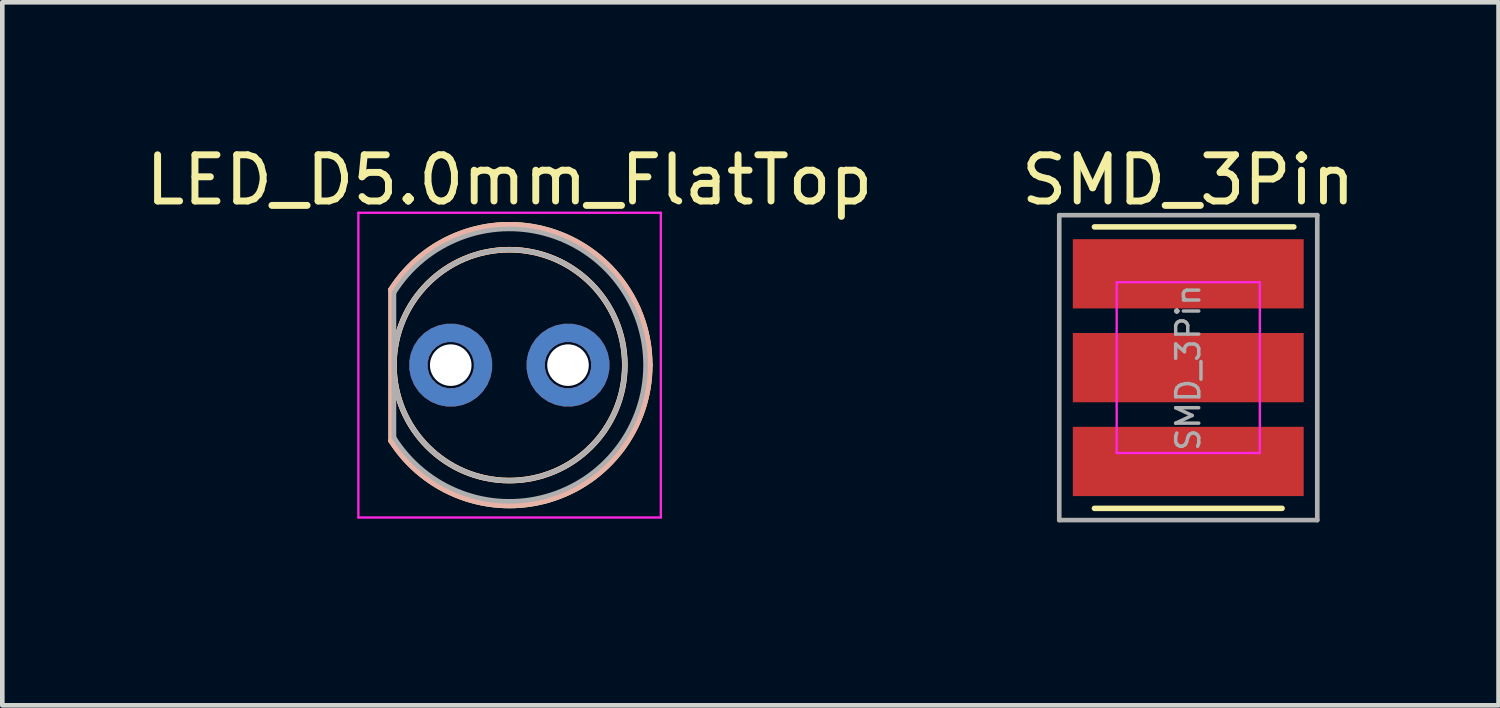
<source format=kicad_pcb>
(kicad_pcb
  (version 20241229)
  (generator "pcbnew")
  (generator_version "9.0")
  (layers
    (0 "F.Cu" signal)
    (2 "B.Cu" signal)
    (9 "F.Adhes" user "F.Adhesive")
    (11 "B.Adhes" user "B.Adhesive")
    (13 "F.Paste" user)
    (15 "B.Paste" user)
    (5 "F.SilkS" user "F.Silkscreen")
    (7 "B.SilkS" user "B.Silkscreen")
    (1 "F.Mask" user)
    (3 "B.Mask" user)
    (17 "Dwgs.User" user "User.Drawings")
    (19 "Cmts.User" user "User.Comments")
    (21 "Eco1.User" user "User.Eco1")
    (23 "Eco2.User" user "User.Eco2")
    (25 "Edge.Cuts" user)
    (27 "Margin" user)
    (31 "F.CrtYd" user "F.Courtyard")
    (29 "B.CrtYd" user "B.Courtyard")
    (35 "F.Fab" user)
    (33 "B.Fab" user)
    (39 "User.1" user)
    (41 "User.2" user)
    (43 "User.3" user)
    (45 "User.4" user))
  (footprint "LED_D5.0mm_FlatTop"
    (layer "F.Cu")
    (at 6.712 4.858)
    (property "Reference" "LED_D5.0mm_FlatTop" (at 1.27 -4.01 0) (layer "F.SilkS") (effects (font (size 1 1) (thickness 0.15))))
    (attr through_hole)
    (fp_line (start -1.29 -1.64) (end -1.29 1.64) (stroke (width 0.12) (type solid)) (layer "F.SilkS"))
    (fp_arc (start -1.29 -1.639512) (mid 2.125106 -2.917258) (end 4.309999 0.001958) (stroke (width 0.12) (type solid)) (layer "F.SilkS"))
    (fp_arc (start 4.309999 -0.001958) (mid 2.125106 2.917258) (end -1.29 1.639512) (stroke (width 0.12) (type solid)) (layer "F.SilkS"))
    (fp_circle (center 1.27 0) (end 3.77 0) (stroke (width 0.12) (type solid)) (fill no) (layer "F.SilkS"))
    (fp_line (start -1.29 -1.64) (end -1.29 1.64) (stroke (width 0.12) (type solid)) (layer "B.SilkS"))
    (fp_arc (start -1.29 -1.639512) (mid 2.125106 -2.917258) (end 4.309999 0.001958) (stroke (width 0.12) (type solid)) (layer "B.SilkS"))
    (fp_arc (start 4.309999 -0.001958) (mid 2.125106 2.917258) (end -1.29 1.639512) (stroke (width 0.12) (type solid)) (layer "B.SilkS"))
    (fp_circle (center 1.27 0) (end 3.77 0) (stroke (width 0.12) (type solid)) (fill no) (layer "B.SilkS"))
    (fp_line (start -2 -3.3) (end -2 3.3) (stroke (width 0.05) (type solid)) (layer "F.CrtYd"))
    (fp_line (start -2 3.3) (end 4.55 3.3) (stroke (width 0.05) (type solid)) (layer "F.CrtYd"))
    (fp_line (start 4.55 -3.3) (end -2 -3.3) (stroke (width 0.05) (type solid)) (layer "F.CrtYd"))
    (fp_line (start 4.55 3.3) (end 4.55 -3.3) (stroke (width 0.05) (type solid)) (layer "F.CrtYd"))
    (fp_line (start -1.23 -1.566) (end -1.23 1.566) (stroke (width 0.1) (type solid)) (layer "F.Fab"))
    (fp_arc (start -1.23 -1.566046) (mid 4.22 0.00071) (end -1.230753 1.564843) (stroke (width 0.1) (type solid)) (layer "F.Fab"))
    (fp_circle (center 1.27 0) (end 3.77 0) (stroke (width 0.1) (type solid)) (fill no) (layer "F.Fab"))
    (pad "" np_thru_hole circle (at 0 0) (size 0.9 0.9) (drill 0.9) (layers "*.Cu" "*.Mask"))
    (pad "" np_thru_hole circle (at 2.54 0) (size 0.9 0.9) (drill 0.9) (layers "*.Cu" "*.Mask"))
    (pad "1" smd custom (at 3.24 0) (size 0.4 0.4) (layers "F.Cu" "F.Mask") (options (anchor circle)) (primitives (gr_circle (center -0.7 0) (end 0 0) (width 0.4) (fill no))))
    (pad "2" smd custom (at 0.7 0) (size 0.4 0.4) (layers "F.Cu" "F.Mask") (options (anchor circle)) (primitives (gr_circle (center -0.7 0) (end 0 0) (width 0.4) (fill no))))
    (pad "3" smd custom (at 3.24 0) (size 0.4 0.4) (layers "B.Cu" "B.Mask") (options (anchor circle)) (primitives (gr_circle (center -0.7 0) (end 0 0) (width 0.4) (fill no))))
    (pad "4" smd custom (at 0.7 0) (size 0.4 0.4) (layers "B.Cu" "B.Mask") (options (anchor circle)) (primitives (gr_circle (center -0.7 0) (end 0 0) (width 0.4) (fill no)))))
  (footprint "SMD_3Pin"
    (layer "F.Cu")
    (at 22.685 8.976)
    (property "Reference" "SMD_3Pin" (at 0 -8.128 0) (layer "F.SilkS") (effects (font (size 1 1) (thickness 0.15))))
    (attr smd)
    (fp_line (start 2.032 -1.016) (end -2.032 -1.016) (stroke (width 0.12) (type solid)) (layer "F.SilkS"))
    (fp_line (start 2.286 -7.112) (end -2.032 -7.112) (stroke (width 0.12) (type solid)) (layer "F.SilkS"))
    (fp_line (start -1.55 -5.914) (end -1.55 -2.214) (stroke (width 0.05) (type solid)) (layer "F.CrtYd"))
    (fp_line (start -1.55 -5.914) (end 1.55 -5.914) (stroke (width 0.05) (type solid)) (layer "F.CrtYd"))
    (fp_line (start 1.55 -2.214) (end -1.55 -2.214) (stroke (width 0.05) (type solid)) (layer "F.CrtYd"))
    (fp_line (start 1.55 -2.214) (end 1.55 -5.914) (stroke (width 0.05) (type solid)) (layer "F.CrtYd"))
    (fp_line (start -2.794 -7.366) (end 2.794 -7.366) (stroke (width 0.1) (type solid)) (layer "F.Fab"))
    (fp_line (start -2.794 -0.762) (end -2.794 -7.366) (stroke (width 0.1) (type solid)) (layer "F.Fab"))
    (fp_line (start 2.794 -7.366) (end 2.794 -0.762) (stroke (width 0.1) (type solid)) (layer "F.Fab"))
    (fp_line (start 2.794 -0.762) (end -2.794 -0.762) (stroke (width 0.1) (type solid)) (layer "F.Fab"))
    (fp_text user "${REFERENCE}" (at 0 -4.064 90) (layer "F.Fab") (effects (font (size 0.5 0.5) (thickness 0.075))))
    (pad "1" smd rect (at 0 -6.096) (size 5 1.5) (layers "F.Cu" "F.Mask" "F.Paste"))
    (pad "2" smd rect (at 0 -4.064) (size 5 1.5) (layers "F.Cu" "F.Mask" "F.Paste"))
    (pad "3" smd rect (at 0 -2.032) (size 5 1.5) (layers "F.Cu" "F.Mask" "F.Paste")))
  (gr_rect
    (start -3 -3)
    (end 29.405 12.226)
    (stroke (width 0.1) (type default))
    (fill no)
    (layer "Edge.Cuts")))
</source>
